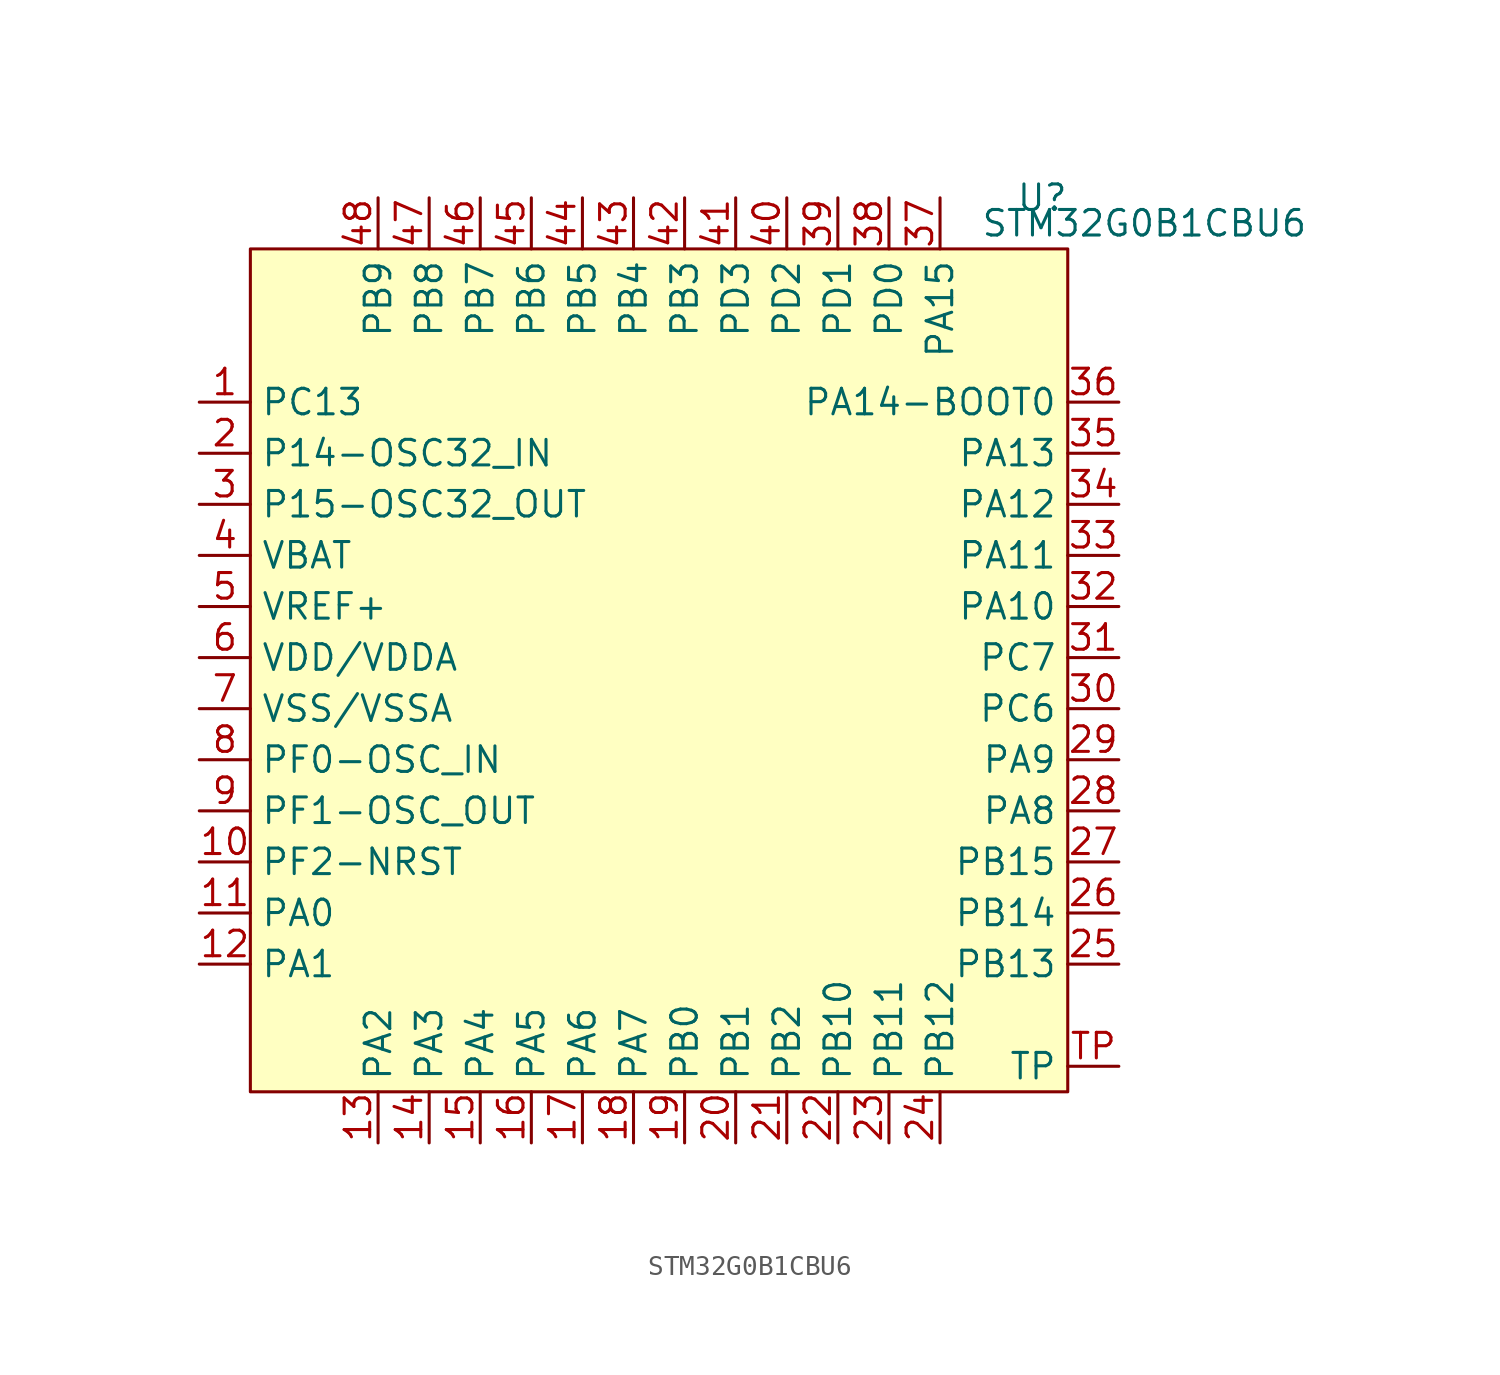
<source format=kicad_sym>
(kicad_symbol_lib
  (version 20231120)
  (generator "kicad_symbol_editor")
  (generator_version "8.0")
  (symbol "STM32G0B1CBU6"
    (property "Reference" "U"
      (at 19.05 24.13 0)
      (effects (font (size 1.27 1.27))))
    (property "Value" "STM32G0B1CBU6"
      (at 24.13 22.86 0)
      (effects (font (size 1.27 1.27))))
    (symbol "STM32G0B1CBU6_0_1"
      (rectangle (start -20.32 21.59) (end 20.32 -20.32) (stroke (width 0) (type default)) (fill (type background))))
    (symbol "STM32G0B1CBU6_1_1"
      (pin input line (at -22.86 13.97 0) (length 2.54) (name "PC13" (effects (font (size 1.27 1.27)))) (number "1" (effects (font (size 1.27 1.27)))))
      (pin input line (at -22.86 -8.89 0) (length 2.54) (name "PF2-NRST" (effects (font (size 1.27 1.27)))) (number "10" (effects (font (size 1.27 1.27)))))
      (pin input line (at -22.86 -11.43 0) (length 2.54) (name "PA0" (effects (font (size 1.27 1.27)))) (number "11" (effects (font (size 1.27 1.27)))))
      (pin input line (at -22.86 -13.97 0) (length 2.54) (name "PA1" (effects (font (size 1.27 1.27)))) (number "12" (effects (font (size 1.27 1.27)))))
      (pin input line (at -13.97 -22.86 90) (length 2.54) (name "PA2" (effects (font (size 1.27 1.27)))) (number "13" (effects (font (size 1.27 1.27)))))
      (pin input line (at -11.43 -22.86 90) (length 2.54) (name "PA3" (effects (font (size 1.27 1.27)))) (number "14" (effects (font (size 1.27 1.27)))))
      (pin input line (at -8.89 -22.86 90) (length 2.54) (name "PA4" (effects (font (size 1.27 1.27)))) (number "15" (effects (font (size 1.27 1.27)))))
      (pin input line (at -6.35 -22.86 90) (length 2.54) (name "PA5" (effects (font (size 1.27 1.27)))) (number "16" (effects (font (size 1.27 1.27)))))
      (pin input line (at -3.81 -22.86 90) (length 2.54) (name "PA6" (effects (font (size 1.27 1.27)))) (number "17" (effects (font (size 1.27 1.27)))))
      (pin input line (at -1.27 -22.86 90) (length 2.54) (name "PA7" (effects (font (size 1.27 1.27)))) (number "18" (effects (font (size 1.27 1.27)))))
      (pin input line (at 1.27 -22.86 90) (length 2.54) (name "PB0" (effects (font (size 1.27 1.27)))) (number "19" (effects (font (size 1.27 1.27)))))
      (pin input line (at -22.86 11.43 0) (length 2.54) (name "P14-OSC32_IN" (effects (font (size 1.27 1.27)))) (number "2" (effects (font (size 1.27 1.27)))))
      (pin input line (at 3.81 -22.86 90) (length 2.54) (name "PB1" (effects (font (size 1.27 1.27)))) (number "20" (effects (font (size 1.27 1.27)))))
      (pin input line (at 6.35 -22.86 90) (length 2.54) (name "PB2" (effects (font (size 1.27 1.27)))) (number "21" (effects (font (size 1.27 1.27)))))
      (pin input line (at 8.89 -22.86 90) (length 2.54) (name "PB10" (effects (font (size 1.27 1.27)))) (number "22" (effects (font (size 1.27 1.27)))))
      (pin input line (at 11.43 -22.86 90) (length 2.54) (name "PB11" (effects (font (size 1.27 1.27)))) (number "23" (effects (font (size 1.27 1.27)))))
      (pin input line (at 13.97 -22.86 90) (length 2.54) (name "PB12" (effects (font (size 1.27 1.27)))) (number "24" (effects (font (size 1.27 1.27)))))
      (pin input line (at 22.86 -13.97 180) (length 2.54) (name "PB13" (effects (font (size 1.27 1.27)))) (number "25" (effects (font (size 1.27 1.27)))))
      (pin input line (at 22.86 -11.43 180) (length 2.54) (name "PB14" (effects (font (size 1.27 1.27)))) (number "26" (effects (font (size 1.27 1.27)))))
      (pin input line (at 22.86 -8.89 180) (length 2.54) (name "PB15" (effects (font (size 1.27 1.27)))) (number "27" (effects (font (size 1.27 1.27)))))
      (pin input line (at 22.86 -6.35 180) (length 2.54) (name "PA8" (effects (font (size 1.27 1.27)))) (number "28" (effects (font (size 1.27 1.27)))))
      (pin input line (at 22.86 -3.81 180) (length 2.54) (name "PA9" (effects (font (size 1.27 1.27)))) (number "29" (effects (font (size 1.27 1.27)))))
      (pin input line (at -22.86 8.89 0) (length 2.54) (name "P15-OSC32_OUT" (effects (font (size 1.27 1.27)))) (number "3" (effects (font (size 1.27 1.27)))))
      (pin input line (at 22.86 -1.27 180) (length 2.54) (name "PC6" (effects (font (size 1.27 1.27)))) (number "30" (effects (font (size 1.27 1.27)))))
      (pin input line (at 22.86 1.27 180) (length 2.54) (name "PC7" (effects (font (size 1.27 1.27)))) (number "31" (effects (font (size 1.27 1.27)))))
      (pin input line (at 22.86 3.81 180) (length 2.54) (name "PA10" (effects (font (size 1.27 1.27)))) (number "32" (effects (font (size 1.27 1.27)))))
      (pin input line (at 22.86 6.35 180) (length 2.54) (name "PA11" (effects (font (size 1.27 1.27)))) (number "33" (effects (font (size 1.27 1.27)))))
      (pin input line (at 22.86 8.89 180) (length 2.54) (name "PA12" (effects (font (size 1.27 1.27)))) (number "34" (effects (font (size 1.27 1.27)))))
      (pin input line (at 22.86 11.43 180) (length 2.54) (name "PA13" (effects (font (size 1.27 1.27)))) (number "35" (effects (font (size 1.27 1.27)))))
      (pin input line (at 22.86 13.97 180) (length 2.54) (name "PA14-BOOT0" (effects (font (size 1.27 1.27)))) (number "36" (effects (font (size 1.27 1.27)))))
      (pin input line (at 13.97 24.13 270) (length 2.54) (name "PA15" (effects (font (size 1.27 1.27)))) (number "37" (effects (font (size 1.27 1.27)))))
      (pin input line (at 11.43 24.13 270) (length 2.54) (name "PD0" (effects (font (size 1.27 1.27)))) (number "38" (effects (font (size 1.27 1.27)))))
      (pin input line (at 8.89 24.13 270) (length 2.54) (name "PD1" (effects (font (size 1.27 1.27)))) (number "39" (effects (font (size 1.27 1.27)))))
      (pin input line (at -22.86 6.35 0) (length 2.54) (name "VBAT" (effects (font (size 1.27 1.27)))) (number "4" (effects (font (size 1.27 1.27)))))
      (pin input line (at 6.35 24.13 270) (length 2.54) (name "PD2" (effects (font (size 1.27 1.27)))) (number "40" (effects (font (size 1.27 1.27)))))
      (pin input line (at 3.81 24.13 270) (length 2.54) (name "PD3" (effects (font (size 1.27 1.27)))) (number "41" (effects (font (size 1.27 1.27)))))
      (pin input line (at 1.27 24.13 270) (length 2.54) (name "PB3" (effects (font (size 1.27 1.27)))) (number "42" (effects (font (size 1.27 1.27)))))
      (pin input line (at -1.27 24.13 270) (length 2.54) (name "PB4" (effects (font (size 1.27 1.27)))) (number "43" (effects (font (size 1.27 1.27)))))
      (pin input line (at -3.81 24.13 270) (length 2.54) (name "PB5" (effects (font (size 1.27 1.27)))) (number "44" (effects (font (size 1.27 1.27)))))
      (pin input line (at -6.35 24.13 270) (length 2.54) (name "PB6" (effects (font (size 1.27 1.27)))) (number "45" (effects (font (size 1.27 1.27)))))
      (pin input line (at -8.89 24.13 270) (length 2.54) (name "PB7" (effects (font (size 1.27 1.27)))) (number "46" (effects (font (size 1.27 1.27)))))
      (pin input line (at -11.43 24.13 270) (length 2.54) (name "PB8" (effects (font (size 1.27 1.27)))) (number "47" (effects (font (size 1.27 1.27)))))
      (pin input line (at -13.97 24.13 270) (length 2.54) (name "PB9" (effects (font (size 1.27 1.27)))) (number "48" (effects (font (size 1.27 1.27)))))
      (pin input line (at -22.86 3.81 0) (length 2.54) (name "VREF+" (effects (font (size 1.27 1.27)))) (number "5" (effects (font (size 1.27 1.27)))))
      (pin input line (at -22.86 1.27 0) (length 2.54) (name "VDD/VDDA" (effects (font (size 1.27 1.27)))) (number "6" (effects (font (size 1.27 1.27)))))
      (pin input line (at -22.86 -1.27 0) (length 2.54) (name "VSS/VSSA" (effects (font (size 1.27 1.27)))) (number "7" (effects (font (size 1.27 1.27)))))
      (pin input line (at -22.86 -3.81 0) (length 2.54) (name "PF0-OSC_IN" (effects (font (size 1.27 1.27)))) (number "8" (effects (font (size 1.27 1.27)))))
      (pin input line (at -22.86 -6.35 0) (length 2.54) (name "PF1-OSC_OUT" (effects (font (size 1.27 1.27)))) (number "9" (effects (font (size 1.27 1.27)))))
      (pin input line (at 22.86 -19.05 180) (length 2.54) (name "TP" (effects (font (size 1.27 1.27)))) (number "TP" (effects (font (size 1.27 1.27))))))))
</source>
